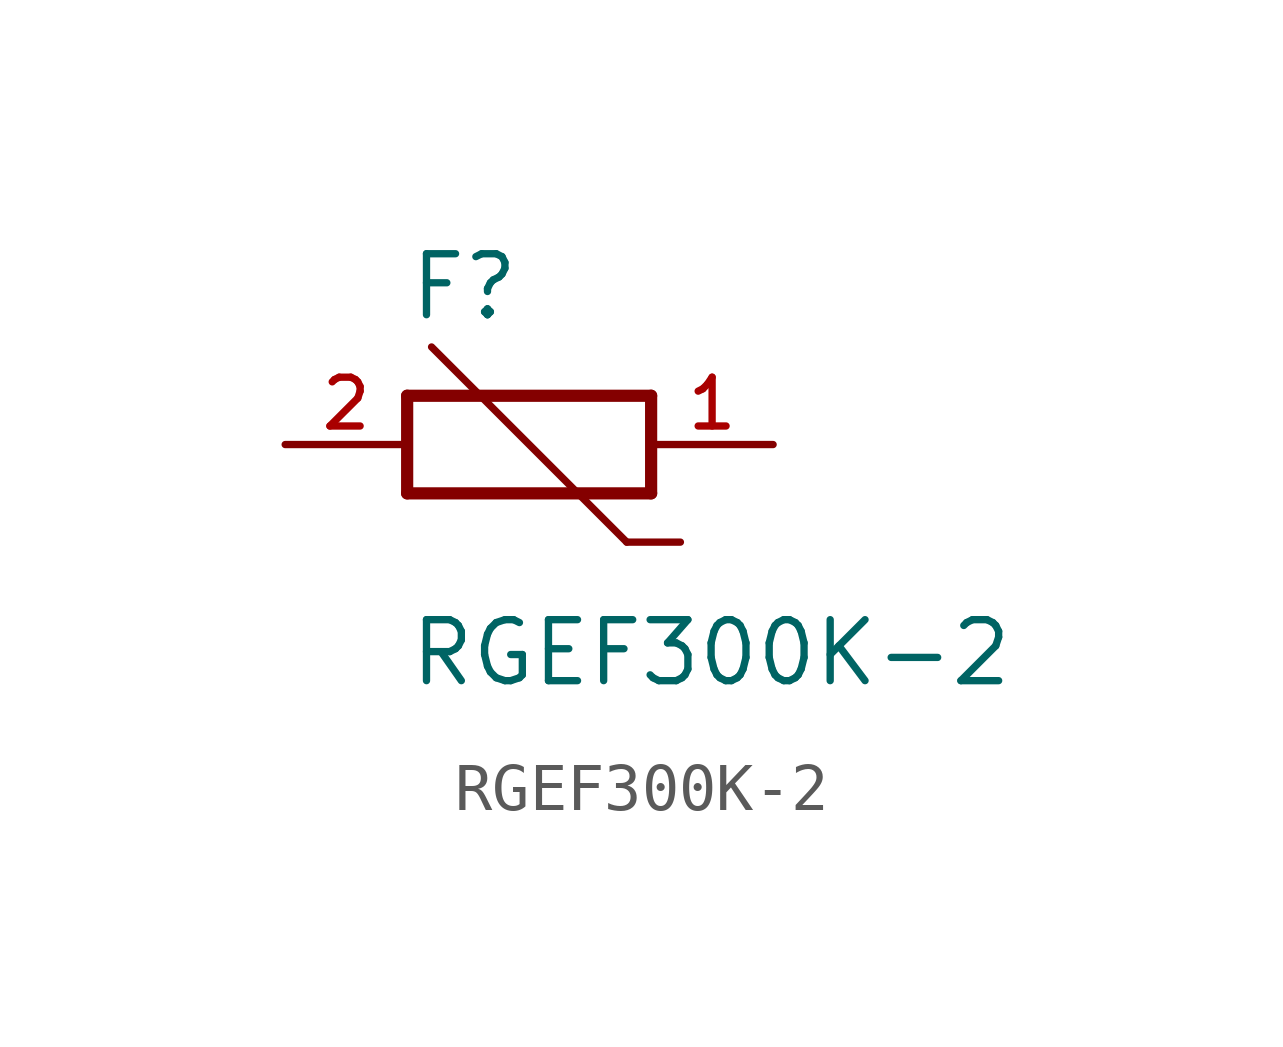
<source format=kicad_sym>
(kicad_symbol_lib
  (version 20231120)
  (generator "kicad_symbol_editor")
  (generator_version "8.0")
  (symbol "RGEF300K-2"
    (pin_names
      (offset 1.016))
    (property "Reference" "F"
      (at -2.54 2.54 0)
      (effects (font (size 1.27 1.27)) (justify left bottom)))
    (property "Value" "RGEF300K-2"
      (at -2.54 -5.08 0)
      (effects (font (size 1.27 1.27)) (justify left bottom)))
    (symbol "RGEF300K-2_0_0"
      (polyline (pts (xy -2.54 -1.016) (xy -2.54 1.016)) (stroke (width 0.254) (type default)) (fill (type none)))
      (polyline (pts (xy -2.54 1.016) (xy 2.54 1.016)) (stroke (width 0.254) (type default)) (fill (type none)))
      (polyline (pts (xy 2.032 -2.032) (xy -2.032 2.032)) (stroke (width 0.152) (type default)) (fill (type none)))
      (polyline (pts (xy 2.54 -1.016) (xy -2.54 -1.016)) (stroke (width 0.254) (type default)) (fill (type none)))
      (polyline (pts (xy 2.54 1.016) (xy 2.54 -1.016)) (stroke (width 0.254) (type default)) (fill (type none)))
      (polyline (pts (xy 3.15 -2.032) (xy 2.032 -2.032)) (stroke (width 0.152) (type default)) (fill (type none)))
      (pin passive line (at 5.08 0 180) (length 2.54) (name "~" (effects (font (size 1.016 1.016)))) (number "1" (effects (font (size 1.016 1.016)))))
      (pin passive line (at -5.08 0 0) (length 2.54) (name "~" (effects (font (size 1.016 1.016)))) (number "2" (effects (font (size 1.016 1.016))))))))
</source>
